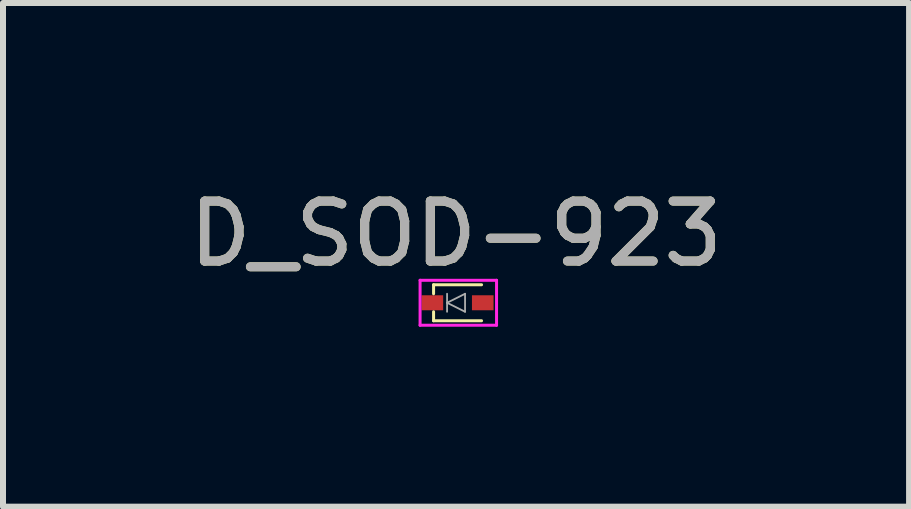
<source format=kicad_pcb>
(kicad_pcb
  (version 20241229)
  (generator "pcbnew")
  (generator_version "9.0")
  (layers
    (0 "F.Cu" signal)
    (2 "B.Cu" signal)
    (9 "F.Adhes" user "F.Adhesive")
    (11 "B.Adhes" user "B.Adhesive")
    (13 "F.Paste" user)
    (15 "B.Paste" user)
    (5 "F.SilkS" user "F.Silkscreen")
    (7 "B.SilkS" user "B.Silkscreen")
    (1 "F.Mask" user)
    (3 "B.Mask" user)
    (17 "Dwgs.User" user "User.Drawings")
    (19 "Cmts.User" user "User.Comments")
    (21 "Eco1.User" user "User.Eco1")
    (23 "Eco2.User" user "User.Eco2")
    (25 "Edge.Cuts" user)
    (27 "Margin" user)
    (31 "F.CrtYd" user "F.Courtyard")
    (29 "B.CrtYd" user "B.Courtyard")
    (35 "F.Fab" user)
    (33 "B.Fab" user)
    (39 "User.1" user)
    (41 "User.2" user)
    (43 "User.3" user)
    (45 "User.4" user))
  (footprint "D_SOD-923"
    (layer "F.Cu")
    (at 4.579 1.998)
    (property "Reference" "D_SOD-923" (at -0.025 -1.15 0) (layer "F.SilkS") (effects (font (size 1 1) (thickness 0.15))))
    (attr smd)
    (fp_line (start -0.4 -0.3) (end 0.4 -0.3) (stroke (width 0.05) (type solid)) (layer "F.SilkS"))
    (fp_line (start -0.4 -0.15) (end -0.4 -0.3) (stroke (width 0.05) (type solid)) (layer "F.SilkS"))
    (fp_line (start -0.4 0.3) (end -0.4 0.15) (stroke (width 0.05) (type solid)) (layer "F.SilkS"))
    (fp_line (start -0.4 0.3) (end 0.4 0.3) (stroke (width 0.05) (type solid)) (layer "F.SilkS"))
    (fp_line (start -0.625 -0.375) (end 0.65 -0.375) (stroke (width 0.05) (type solid)) (layer "F.CrtYd"))
    (fp_line (start -0.625 0.375) (end -0.625 -0.375) (stroke (width 0.05) (type solid)) (layer "F.CrtYd"))
    (fp_line (start -0.625 0.375) (end 0.65 0.375) (stroke (width 0.05) (type solid)) (layer "F.CrtYd"))
    (fp_line (start 0.65 0.375) (end 0.65 -0.375) (stroke (width 0.05) (type solid)) (layer "F.CrtYd"))
    (fp_line (start -0.175 -0.15) (end -0.175 0.15) (stroke (width 0.03) (type solid)) (layer "F.Fab"))
    (fp_line (start -0.175 0) (end 0.125 -0.15) (stroke (width 0.03) (type solid)) (layer "F.Fab"))
    (fp_line (start 0.125 -0.15) (end 0.125 0.15) (stroke (width 0.03) (type solid)) (layer "F.Fab"))
    (fp_line (start 0.125 0.15) (end -0.175 0) (stroke (width 0.03) (type solid)) (layer "F.Fab"))
    (fp_text user "${REFERENCE}" (at -0.025 -1.15 0) (layer "F.Fab") (effects (font (size 1 1) (thickness 0.15))))
    (pad "1" smd rect (at -0.42 0) (size 0.36 0.25) (layers "F.Cu" "F.Mask" "F.Paste"))
    (pad "2" smd rect (at 0.42 0) (size 0.36 0.25) (layers "F.Cu" "F.Mask" "F.Paste")))
  (gr_rect
    (start -3 -3)
    (end 12.107 5.398)
    (stroke (width 0.1) (type default))
    (fill no)
    (layer "Edge.Cuts")))
</source>
